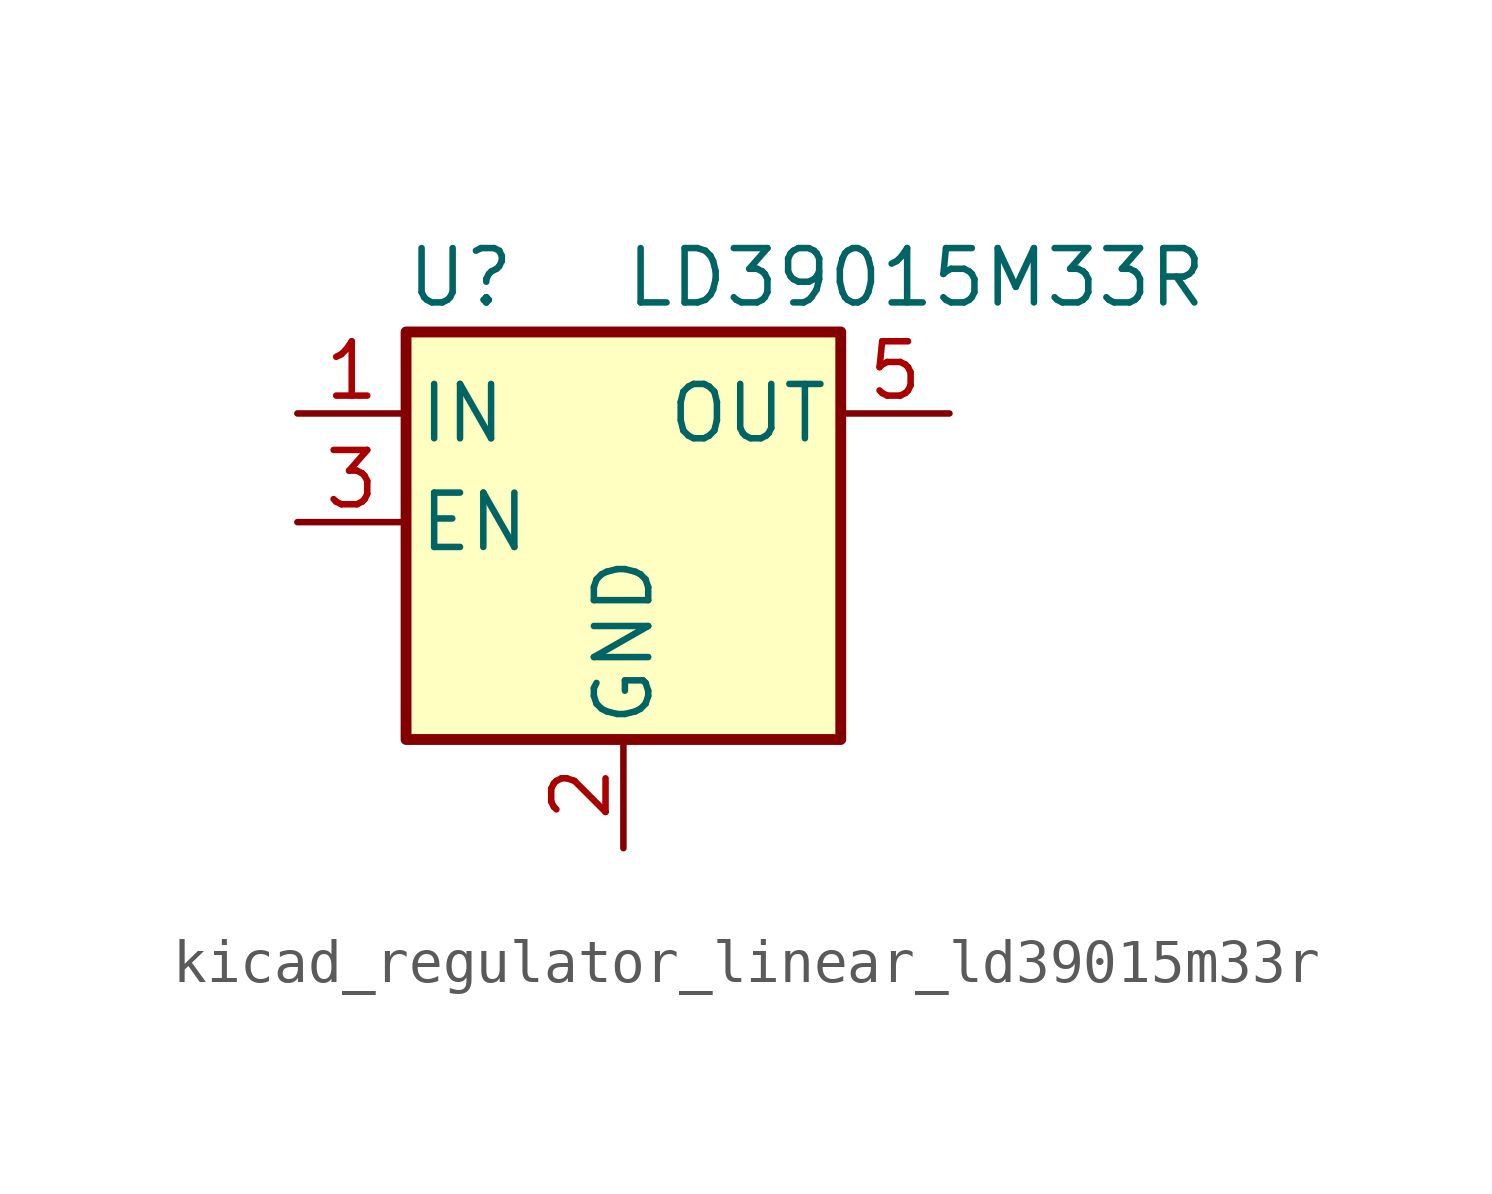
<source format=kicad_sym>
(kicad_symbol_lib
  (version 20220914)
  (generator kicad_symbol_editor)
  (symbol "kicad_regulator_linear_ld39015m33r"
    (pin_names
      (offset 0.254))
    (property "Reference" "U"
      (at -3.81 5.715 0)
      (effects (font (size 1.27 1.27))))
    (property "Value" "LD39015M33R"
      (at 0 5.715 0)
      (effects (font (size 1.27 1.27)) (justify left)))
    (symbol "kicad_regulator_linear_ld39015m33r_0_1"
      (rectangle (start -5.08 4.445) (end 5.08 -5.08) (stroke (width 0.254) (type default)) (fill (type background))))
    (symbol "kicad_regulator_linear_ld39015m33r_1_1"
      (pin power_in line (at -7.62 2.54 0) (length 2.54) (name "IN" (effects (font (size 1.27 1.27)))) (number "1" (effects (font (size 1.27 1.27)))))
      (pin power_in line (at 0 -7.62 90) (length 2.54) (name "GND" (effects (font (size 1.27 1.27)))) (number "2" (effects (font (size 1.27 1.27)))))
      (pin input line (at -7.62 0 0) (length 2.54) (name "EN" (effects (font (size 1.27 1.27)))) (number "3" (effects (font (size 1.27 1.27)))))
      (pin no_connect line (at 5.08 0 180) (length 2.54) hide (name "NC" (effects (font (size 1.27 1.27)))) (number "4" (effects (font (size 1.27 1.27)))))
      (pin power_out line (at 7.62 2.54 180) (length 2.54) (name "OUT" (effects (font (size 1.27 1.27)))) (number "5" (effects (font (size 1.27 1.27))))))))
</source>
